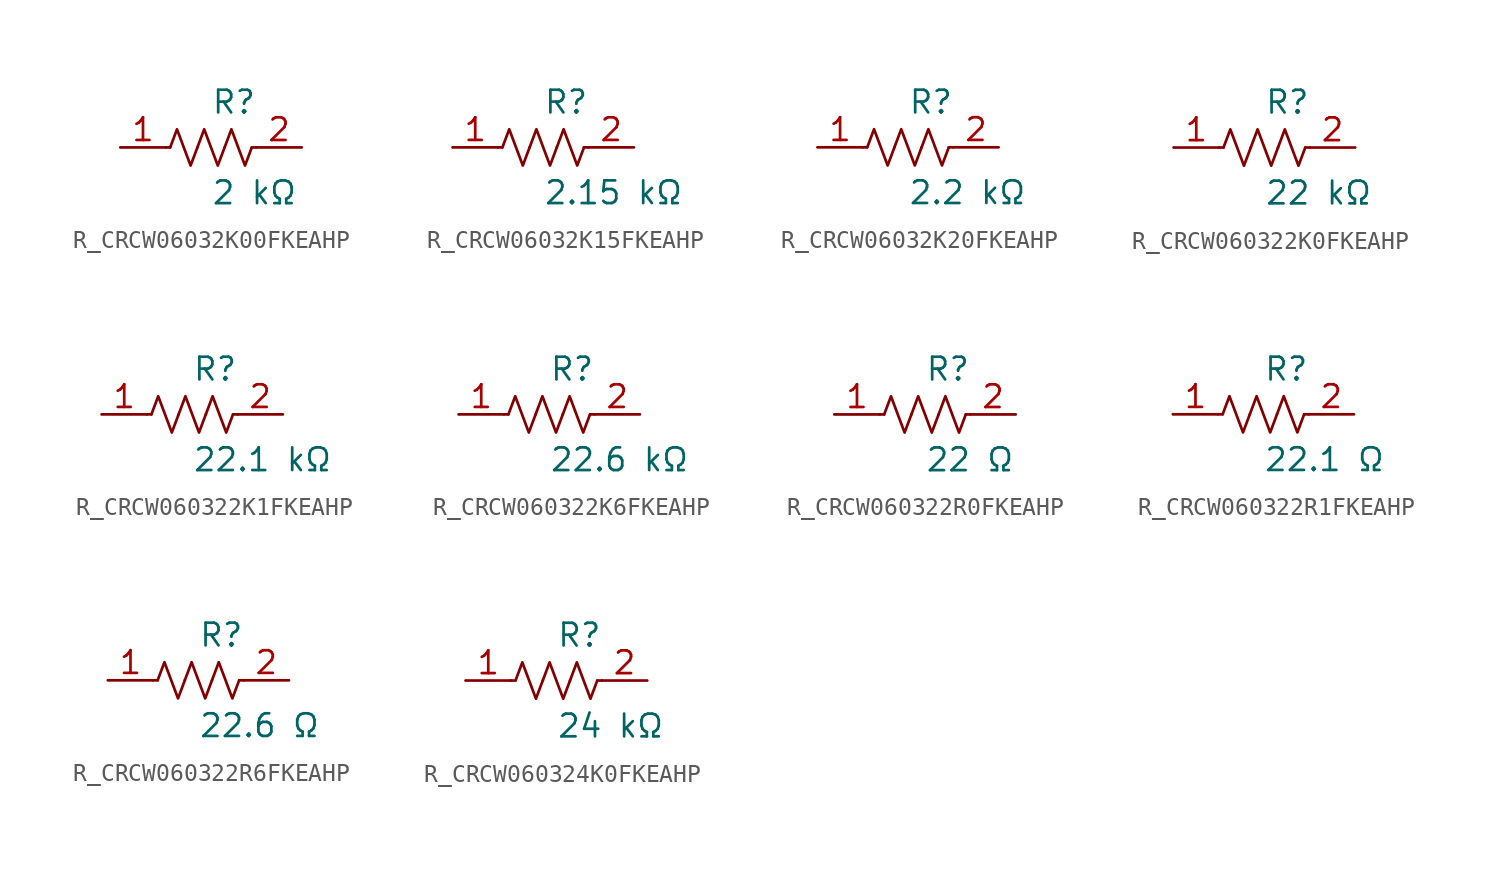
<source format=kicad_sym>
(kicad_symbol_lib
  (version 20231120)
  (generator kicad_symbol_editor)
  (generator_version 8.0)
  (symbol "R_CRCW06032K00FKEAHP"
    (pin_names
      (offset 0.254))
    (property "Reference" "R"
      (at 0.0 2.54 0)
      (effects (font (size 1.27 1.27)) (justify left)))
    (property "Value" "2 kΩ"
      (at 0.0 -2.54 0)
      (effects (font (size 1.27 1.27)) (justify left)))
    (symbol "R_CRCW06032K00FKEAHP_0_1"
      (polyline (pts (xy 2.286 0) (xy 2.54 0)) (stroke (width 0) (type default)) (fill (type none)))
      (polyline (pts (xy -2.286 0) (xy -2.54 0)) (stroke (width 0) (type default)) (fill (type none)))
      (polyline (pts (xy 0.762 0) (xy 1.143 1.016) (xy 1.524 0) (xy 1.905 -1.016) (xy 2.286 0)) (stroke (width 0) (type default)) (fill (type none)))
      (polyline (pts (xy -0.762 0) (xy -0.381 1.016) (xy 0 0) (xy 0.381 -1.016) (xy 0.762 0)) (stroke (width 0) (type default)) (fill (type none)))
      (polyline (pts (xy -2.286 0) (xy -1.905 1.016) (xy -1.524 0) (xy -1.143 -1.016) (xy -0.762 0)) (stroke (width 0) (type default)) (fill (type none))))
    (pin unspecified line
      (at -5.08 0 0)
      (length 2.54)
      (name "" (effects (font (size 1.27 1.27))))
      (number "1" (effects (font (size 1.27 1.27)))))
    (pin unspecified line
      (at 5.08 0 180)
      (length 2.54)
      (name "" (effects (font (size 1.27 1.27))))
      (number "2" (effects (font (size 1.27 1.27))))))
  (symbol "R_CRCW06032K15FKEAHP"
    (pin_names
      (offset 0.254))
    (property "Reference" "R"
      (at 0.0 2.54 0)
      (effects (font (size 1.27 1.27)) (justify left)))
    (property "Value" "2.15 kΩ"
      (at 0.0 -2.54 0)
      (effects (font (size 1.27 1.27)) (justify left)))
    (symbol "R_CRCW06032K15FKEAHP_0_1"
      (polyline (pts (xy 2.286 0) (xy 2.54 0)) (stroke (width 0) (type default)) (fill (type none)))
      (polyline (pts (xy -2.286 0) (xy -2.54 0)) (stroke (width 0) (type default)) (fill (type none)))
      (polyline (pts (xy 0.762 0) (xy 1.143 1.016) (xy 1.524 0) (xy 1.905 -1.016) (xy 2.286 0)) (stroke (width 0) (type default)) (fill (type none)))
      (polyline (pts (xy -0.762 0) (xy -0.381 1.016) (xy 0 0) (xy 0.381 -1.016) (xy 0.762 0)) (stroke (width 0) (type default)) (fill (type none)))
      (polyline (pts (xy -2.286 0) (xy -1.905 1.016) (xy -1.524 0) (xy -1.143 -1.016) (xy -0.762 0)) (stroke (width 0) (type default)) (fill (type none))))
    (pin unspecified line
      (at -5.08 0 0)
      (length 2.54)
      (name "" (effects (font (size 1.27 1.27))))
      (number "1" (effects (font (size 1.27 1.27)))))
    (pin unspecified line
      (at 5.08 0 180)
      (length 2.54)
      (name "" (effects (font (size 1.27 1.27))))
      (number "2" (effects (font (size 1.27 1.27))))))
  (symbol "R_CRCW06032K20FKEAHP"
    (pin_names
      (offset 0.254))
    (property "Reference" "R"
      (at 0.0 2.54 0)
      (effects (font (size 1.27 1.27)) (justify left)))
    (property "Value" "2.2 kΩ"
      (at 0.0 -2.54 0)
      (effects (font (size 1.27 1.27)) (justify left)))
    (symbol "R_CRCW06032K20FKEAHP_0_1"
      (polyline (pts (xy 2.286 0) (xy 2.54 0)) (stroke (width 0) (type default)) (fill (type none)))
      (polyline (pts (xy -2.286 0) (xy -2.54 0)) (stroke (width 0) (type default)) (fill (type none)))
      (polyline (pts (xy 0.762 0) (xy 1.143 1.016) (xy 1.524 0) (xy 1.905 -1.016) (xy 2.286 0)) (stroke (width 0) (type default)) (fill (type none)))
      (polyline (pts (xy -0.762 0) (xy -0.381 1.016) (xy 0 0) (xy 0.381 -1.016) (xy 0.762 0)) (stroke (width 0) (type default)) (fill (type none)))
      (polyline (pts (xy -2.286 0) (xy -1.905 1.016) (xy -1.524 0) (xy -1.143 -1.016) (xy -0.762 0)) (stroke (width 0) (type default)) (fill (type none))))
    (pin unspecified line
      (at -5.08 0 0)
      (length 2.54)
      (name "" (effects (font (size 1.27 1.27))))
      (number "1" (effects (font (size 1.27 1.27)))))
    (pin unspecified line
      (at 5.08 0 180)
      (length 2.54)
      (name "" (effects (font (size 1.27 1.27))))
      (number "2" (effects (font (size 1.27 1.27))))))
  (symbol "R_CRCW060322K0FKEAHP"
    (pin_names
      (offset 0.254))
    (property "Reference" "R"
      (at 0.0 2.54 0)
      (effects (font (size 1.27 1.27)) (justify left)))
    (property "Value" "22 kΩ"
      (at 0.0 -2.54 0)
      (effects (font (size 1.27 1.27)) (justify left)))
    (symbol "R_CRCW060322K0FKEAHP_0_1"
      (polyline (pts (xy 2.286 0) (xy 2.54 0)) (stroke (width 0) (type default)) (fill (type none)))
      (polyline (pts (xy -2.286 0) (xy -2.54 0)) (stroke (width 0) (type default)) (fill (type none)))
      (polyline (pts (xy 0.762 0) (xy 1.143 1.016) (xy 1.524 0) (xy 1.905 -1.016) (xy 2.286 0)) (stroke (width 0) (type default)) (fill (type none)))
      (polyline (pts (xy -0.762 0) (xy -0.381 1.016) (xy 0 0) (xy 0.381 -1.016) (xy 0.762 0)) (stroke (width 0) (type default)) (fill (type none)))
      (polyline (pts (xy -2.286 0) (xy -1.905 1.016) (xy -1.524 0) (xy -1.143 -1.016) (xy -0.762 0)) (stroke (width 0) (type default)) (fill (type none))))
    (pin unspecified line
      (at -5.08 0 0)
      (length 2.54)
      (name "" (effects (font (size 1.27 1.27))))
      (number "1" (effects (font (size 1.27 1.27)))))
    (pin unspecified line
      (at 5.08 0 180)
      (length 2.54)
      (name "" (effects (font (size 1.27 1.27))))
      (number "2" (effects (font (size 1.27 1.27))))))
  (symbol "R_CRCW060322K1FKEAHP"
    (pin_names
      (offset 0.254))
    (property "Reference" "R"
      (at 0.0 2.54 0)
      (effects (font (size 1.27 1.27)) (justify left)))
    (property "Value" "22.1 kΩ"
      (at 0.0 -2.54 0)
      (effects (font (size 1.27 1.27)) (justify left)))
    (symbol "R_CRCW060322K1FKEAHP_0_1"
      (polyline (pts (xy 2.286 0) (xy 2.54 0)) (stroke (width 0) (type default)) (fill (type none)))
      (polyline (pts (xy -2.286 0) (xy -2.54 0)) (stroke (width 0) (type default)) (fill (type none)))
      (polyline (pts (xy 0.762 0) (xy 1.143 1.016) (xy 1.524 0) (xy 1.905 -1.016) (xy 2.286 0)) (stroke (width 0) (type default)) (fill (type none)))
      (polyline (pts (xy -0.762 0) (xy -0.381 1.016) (xy 0 0) (xy 0.381 -1.016) (xy 0.762 0)) (stroke (width 0) (type default)) (fill (type none)))
      (polyline (pts (xy -2.286 0) (xy -1.905 1.016) (xy -1.524 0) (xy -1.143 -1.016) (xy -0.762 0)) (stroke (width 0) (type default)) (fill (type none))))
    (pin unspecified line
      (at -5.08 0 0)
      (length 2.54)
      (name "" (effects (font (size 1.27 1.27))))
      (number "1" (effects (font (size 1.27 1.27)))))
    (pin unspecified line
      (at 5.08 0 180)
      (length 2.54)
      (name "" (effects (font (size 1.27 1.27))))
      (number "2" (effects (font (size 1.27 1.27))))))
  (symbol "R_CRCW060322K6FKEAHP"
    (pin_names
      (offset 0.254))
    (property "Reference" "R"
      (at 0.0 2.54 0)
      (effects (font (size 1.27 1.27)) (justify left)))
    (property "Value" "22.6 kΩ"
      (at 0.0 -2.54 0)
      (effects (font (size 1.27 1.27)) (justify left)))
    (symbol "R_CRCW060322K6FKEAHP_0_1"
      (polyline (pts (xy 2.286 0) (xy 2.54 0)) (stroke (width 0) (type default)) (fill (type none)))
      (polyline (pts (xy -2.286 0) (xy -2.54 0)) (stroke (width 0) (type default)) (fill (type none)))
      (polyline (pts (xy 0.762 0) (xy 1.143 1.016) (xy 1.524 0) (xy 1.905 -1.016) (xy 2.286 0)) (stroke (width 0) (type default)) (fill (type none)))
      (polyline (pts (xy -0.762 0) (xy -0.381 1.016) (xy 0 0) (xy 0.381 -1.016) (xy 0.762 0)) (stroke (width 0) (type default)) (fill (type none)))
      (polyline (pts (xy -2.286 0) (xy -1.905 1.016) (xy -1.524 0) (xy -1.143 -1.016) (xy -0.762 0)) (stroke (width 0) (type default)) (fill (type none))))
    (pin unspecified line
      (at -5.08 0 0)
      (length 2.54)
      (name "" (effects (font (size 1.27 1.27))))
      (number "1" (effects (font (size 1.27 1.27)))))
    (pin unspecified line
      (at 5.08 0 180)
      (length 2.54)
      (name "" (effects (font (size 1.27 1.27))))
      (number "2" (effects (font (size 1.27 1.27))))))
  (symbol "R_CRCW060322R0FKEAHP"
    (pin_names
      (offset 0.254))
    (property "Reference" "R"
      (at 0.0 2.54 0)
      (effects (font (size 1.27 1.27)) (justify left)))
    (property "Value" "22 Ω"
      (at 0.0 -2.54 0)
      (effects (font (size 1.27 1.27)) (justify left)))
    (symbol "R_CRCW060322R0FKEAHP_0_1"
      (polyline (pts (xy 2.286 0) (xy 2.54 0)) (stroke (width 0) (type default)) (fill (type none)))
      (polyline (pts (xy -2.286 0) (xy -2.54 0)) (stroke (width 0) (type default)) (fill (type none)))
      (polyline (pts (xy 0.762 0) (xy 1.143 1.016) (xy 1.524 0) (xy 1.905 -1.016) (xy 2.286 0)) (stroke (width 0) (type default)) (fill (type none)))
      (polyline (pts (xy -0.762 0) (xy -0.381 1.016) (xy 0 0) (xy 0.381 -1.016) (xy 0.762 0)) (stroke (width 0) (type default)) (fill (type none)))
      (polyline (pts (xy -2.286 0) (xy -1.905 1.016) (xy -1.524 0) (xy -1.143 -1.016) (xy -0.762 0)) (stroke (width 0) (type default)) (fill (type none))))
    (pin unspecified line
      (at -5.08 0 0)
      (length 2.54)
      (name "" (effects (font (size 1.27 1.27))))
      (number "1" (effects (font (size 1.27 1.27)))))
    (pin unspecified line
      (at 5.08 0 180)
      (length 2.54)
      (name "" (effects (font (size 1.27 1.27))))
      (number "2" (effects (font (size 1.27 1.27))))))
  (symbol "R_CRCW060322R1FKEAHP"
    (pin_names
      (offset 0.254))
    (property "Reference" "R"
      (at 0.0 2.54 0)
      (effects (font (size 1.27 1.27)) (justify left)))
    (property "Value" "22.1 Ω"
      (at 0.0 -2.54 0)
      (effects (font (size 1.27 1.27)) (justify left)))
    (symbol "R_CRCW060322R1FKEAHP_0_1"
      (polyline (pts (xy 2.286 0) (xy 2.54 0)) (stroke (width 0) (type default)) (fill (type none)))
      (polyline (pts (xy -2.286 0) (xy -2.54 0)) (stroke (width 0) (type default)) (fill (type none)))
      (polyline (pts (xy 0.762 0) (xy 1.143 1.016) (xy 1.524 0) (xy 1.905 -1.016) (xy 2.286 0)) (stroke (width 0) (type default)) (fill (type none)))
      (polyline (pts (xy -0.762 0) (xy -0.381 1.016) (xy 0 0) (xy 0.381 -1.016) (xy 0.762 0)) (stroke (width 0) (type default)) (fill (type none)))
      (polyline (pts (xy -2.286 0) (xy -1.905 1.016) (xy -1.524 0) (xy -1.143 -1.016) (xy -0.762 0)) (stroke (width 0) (type default)) (fill (type none))))
    (pin unspecified line
      (at -5.08 0 0)
      (length 2.54)
      (name "" (effects (font (size 1.27 1.27))))
      (number "1" (effects (font (size 1.27 1.27)))))
    (pin unspecified line
      (at 5.08 0 180)
      (length 2.54)
      (name "" (effects (font (size 1.27 1.27))))
      (number "2" (effects (font (size 1.27 1.27))))))
  (symbol "R_CRCW060322R6FKEAHP"
    (pin_names
      (offset 0.254))
    (property "Reference" "R"
      (at 0.0 2.54 0)
      (effects (font (size 1.27 1.27)) (justify left)))
    (property "Value" "22.6 Ω"
      (at 0.0 -2.54 0)
      (effects (font (size 1.27 1.27)) (justify left)))
    (symbol "R_CRCW060322R6FKEAHP_0_1"
      (polyline (pts (xy 2.286 0) (xy 2.54 0)) (stroke (width 0) (type default)) (fill (type none)))
      (polyline (pts (xy -2.286 0) (xy -2.54 0)) (stroke (width 0) (type default)) (fill (type none)))
      (polyline (pts (xy 0.762 0) (xy 1.143 1.016) (xy 1.524 0) (xy 1.905 -1.016) (xy 2.286 0)) (stroke (width 0) (type default)) (fill (type none)))
      (polyline (pts (xy -0.762 0) (xy -0.381 1.016) (xy 0 0) (xy 0.381 -1.016) (xy 0.762 0)) (stroke (width 0) (type default)) (fill (type none)))
      (polyline (pts (xy -2.286 0) (xy -1.905 1.016) (xy -1.524 0) (xy -1.143 -1.016) (xy -0.762 0)) (stroke (width 0) (type default)) (fill (type none))))
    (pin unspecified line
      (at -5.08 0 0)
      (length 2.54)
      (name "" (effects (font (size 1.27 1.27))))
      (number "1" (effects (font (size 1.27 1.27)))))
    (pin unspecified line
      (at 5.08 0 180)
      (length 2.54)
      (name "" (effects (font (size 1.27 1.27))))
      (number "2" (effects (font (size 1.27 1.27))))))
  (symbol "R_CRCW060324K0FKEAHP"
    (pin_names
      (offset 0.254))
    (property "Reference" "R"
      (at 0.0 2.54 0)
      (effects (font (size 1.27 1.27)) (justify left)))
    (property "Value" "24 kΩ"
      (at 0.0 -2.54 0)
      (effects (font (size 1.27 1.27)) (justify left)))
    (symbol "R_CRCW060324K0FKEAHP_0_1"
      (polyline (pts (xy 2.286 0) (xy 2.54 0)) (stroke (width 0) (type default)) (fill (type none)))
      (polyline (pts (xy -2.286 0) (xy -2.54 0)) (stroke (width 0) (type default)) (fill (type none)))
      (polyline (pts (xy 0.762 0) (xy 1.143 1.016) (xy 1.524 0) (xy 1.905 -1.016) (xy 2.286 0)) (stroke (width 0) (type default)) (fill (type none)))
      (polyline (pts (xy -0.762 0) (xy -0.381 1.016) (xy 0 0) (xy 0.381 -1.016) (xy 0.762 0)) (stroke (width 0) (type default)) (fill (type none)))
      (polyline (pts (xy -2.286 0) (xy -1.905 1.016) (xy -1.524 0) (xy -1.143 -1.016) (xy -0.762 0)) (stroke (width 0) (type default)) (fill (type none))))
    (pin unspecified line
      (at -5.08 0 0)
      (length 2.54)
      (name "" (effects (font (size 1.27 1.27))))
      (number "1" (effects (font (size 1.27 1.27)))))
    (pin unspecified line
      (at 5.08 0 180)
      (length 2.54)
      (name "" (effects (font (size 1.27 1.27))))
      (number "2" (effects (font (size 1.27 1.27)))))))
</source>
